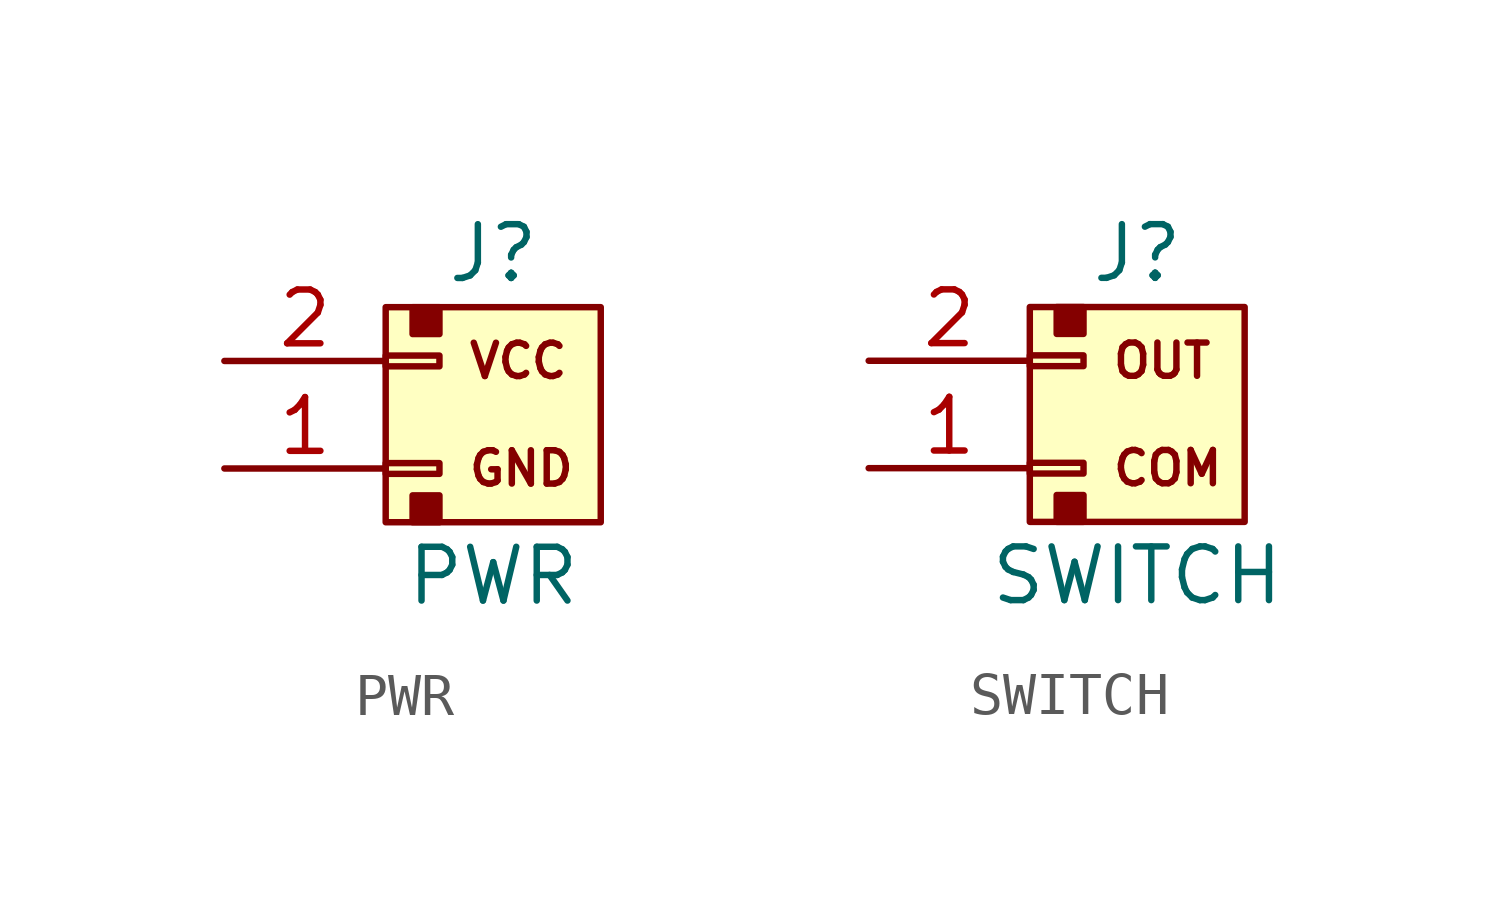
<source format=kicad_sym>
(kicad_symbol_lib
  (version 20231120)
  (generator "kicad_symbol_editor")
  (generator_version "8.0")
  (symbol "PWR"
    (pin_names
      (offset 1.016) hide)
    (property "Reference" "J"
      (at 0 3.81 0)
      (effects (font (size 1.27 1.27))))
    (property "Value" "PWR"
      (at 0 -3.81 0)
      (effects (font (size 1.27 1.27))))
    (symbol "PWR_0_1"
      (rectangle (start -1.905 2.54) (end -1.27 1.905) (stroke (width 0) (type solid)) (fill (type outline)))
      (rectangle (start -1.27 -2.54) (end -1.905 -1.905) (stroke (width 0) (type solid)) (fill (type outline))))
    (symbol "PWR_1_1"
      (rectangle (start -2.54 -1.143) (end -1.27 -1.397) (stroke (width 0.152) (type solid)) (fill (type none)))
      (rectangle (start -2.54 1.397) (end -1.27 1.143) (stroke (width 0.152) (type solid)) (fill (type none)))
      (rectangle (start -2.54 2.54) (end 2.54 -2.54) (stroke (width 0) (type solid)) (fill (type background)))
      (text "GND" (at -0.635 -1.27 0) (effects (font (size 0.787 0.787)) (justify left)))
      (text "VCC" (at -0.635 1.27 0) (effects (font (size 0.787 0.787)) (justify left)))
      (pin power_in line (at -6.35 -1.27 0) (length 3.81) (name "Pin_1" (effects (font (size 1.27 1.27)))) (number "1" (effects (font (size 1.27 1.27)))))
      (pin power_in line (at -6.35 1.27 0) (length 3.81) (name "Pin_2" (effects (font (size 1.27 1.27)))) (number "2" (effects (font (size 1.27 1.27)))))))
  (symbol "SWITCH"
    (pin_names
      (offset 1.016) hide)
    (property "Reference" "J"
      (at 0 3.81 0)
      (effects (font (size 1.27 1.27))))
    (property "Value" "SWITCH"
      (at 0 -3.81 0)
      (effects (font (size 1.27 1.27))))
    (symbol "SWITCH_0_1"
      (rectangle (start -1.905 2.54) (end -1.27 1.905) (stroke (width 0) (type solid)) (fill (type outline)))
      (rectangle (start -1.27 -2.54) (end -1.905 -1.905) (stroke (width 0) (type solid)) (fill (type outline))))
    (symbol "SWITCH_1_1"
      (rectangle (start -2.54 -1.143) (end -1.27 -1.397) (stroke (width 0.152) (type solid)) (fill (type none)))
      (rectangle (start -2.54 1.397) (end -1.27 1.143) (stroke (width 0.152) (type solid)) (fill (type none)))
      (rectangle (start -2.54 2.54) (end 2.54 -2.54) (stroke (width 0) (type solid)) (fill (type background)))
      (text "COM" (at -0.635 -1.27 0) (effects (font (size 0.787 0.787)) (justify left)))
      (text "OUT" (at -0.635 1.27 0) (effects (font (size 0.787 0.787)) (justify left)))
      (pin passive line (at -6.35 -1.27 0) (length 3.81) (name "Pin_1" (effects (font (size 1.27 1.27)))) (number "1" (effects (font (size 1.27 1.27)))))
      (pin passive line (at -6.35 1.27 0) (length 3.81) (name "Pin_2" (effects (font (size 1.27 1.27)))) (number "2" (effects (font (size 1.27 1.27))))))))
</source>
